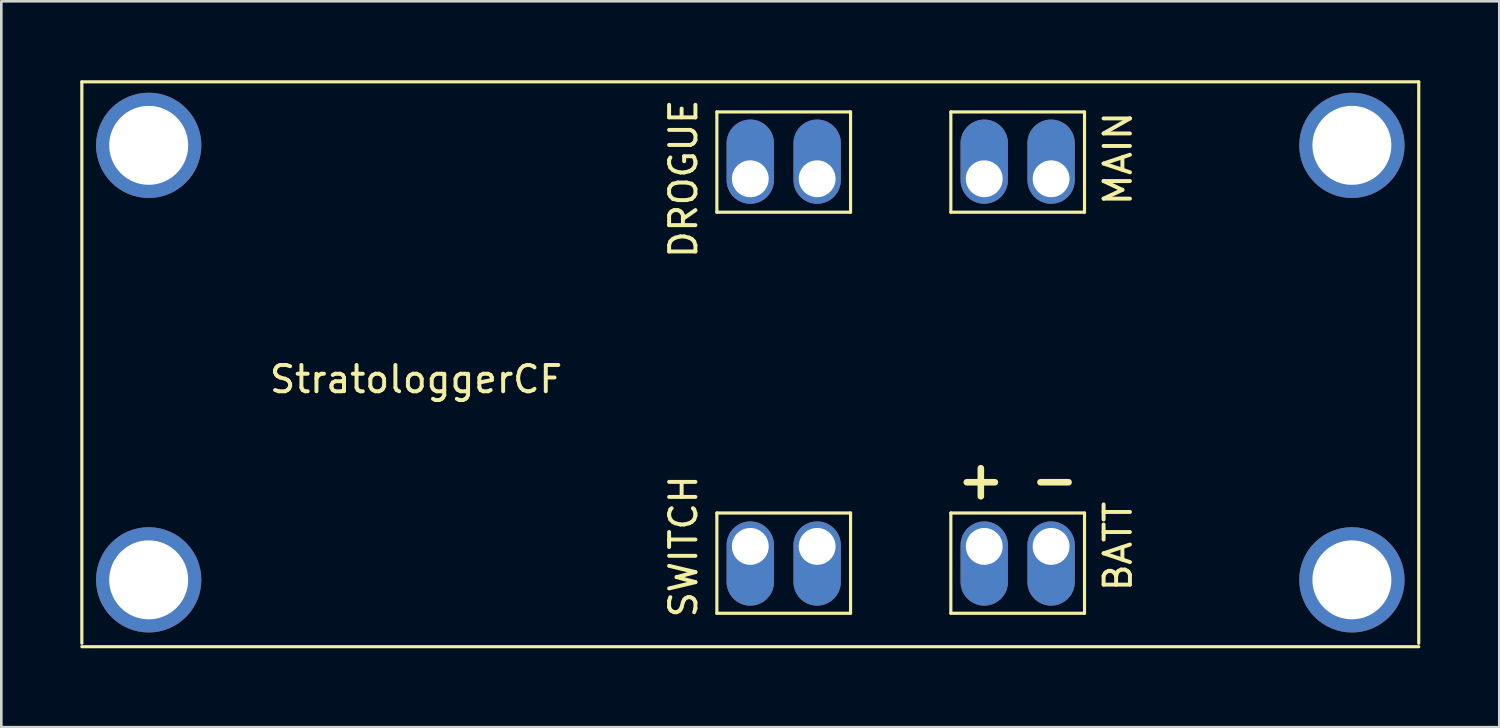
<source format=kicad_pcb>
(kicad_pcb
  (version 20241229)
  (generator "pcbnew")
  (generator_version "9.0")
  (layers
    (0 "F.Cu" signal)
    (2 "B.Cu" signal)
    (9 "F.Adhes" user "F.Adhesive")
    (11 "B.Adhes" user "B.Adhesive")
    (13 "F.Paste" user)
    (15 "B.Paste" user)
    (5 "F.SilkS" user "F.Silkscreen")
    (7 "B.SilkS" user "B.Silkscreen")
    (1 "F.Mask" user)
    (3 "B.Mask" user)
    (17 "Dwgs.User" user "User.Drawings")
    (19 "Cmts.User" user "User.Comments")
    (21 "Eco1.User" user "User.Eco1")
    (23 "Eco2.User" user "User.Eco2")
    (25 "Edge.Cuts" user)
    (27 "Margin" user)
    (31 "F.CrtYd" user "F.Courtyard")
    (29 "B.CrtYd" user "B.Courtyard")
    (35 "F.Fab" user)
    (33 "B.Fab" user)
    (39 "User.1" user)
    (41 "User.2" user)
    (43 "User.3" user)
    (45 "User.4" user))
  (footprint "StratologgerCF"
    (layer "F.Cu")
    (at 2.6 2.473)
    (property "Reference" "StratologgerCF" (at 10.16 8.89 0) (layer "F.SilkS") (effects (font (size 1 1) (thickness 0.15))))
    (attr through_hole)
    (fp_line (start -2.54 -2.413) (end -2.54 18.923) (stroke (width 0.12) (type solid)) (layer "F.SilkS"))
    (fp_line (start -2.54 -2.413) (end 48.26 -2.413) (stroke (width 0.12) (type solid)) (layer "F.SilkS"))
    (fp_line (start -2.54 19.05) (end 48.26 19.05) (stroke (width 0.12) (type solid)) (layer "F.SilkS"))
    (fp_line (start 21.59 -1.27) (end 26.67 -1.27) (stroke (width 0.12) (type solid)) (layer "F.SilkS"))
    (fp_line (start 21.59 2.54) (end 21.59 -1.27) (stroke (width 0.12) (type solid)) (layer "F.SilkS"))
    (fp_line (start 21.59 13.97) (end 26.67 13.97) (stroke (width 0.12) (type solid)) (layer "F.SilkS"))
    (fp_line (start 21.59 17.78) (end 21.59 13.97) (stroke (width 0.12) (type solid)) (layer "F.SilkS"))
    (fp_line (start 26.67 -1.27) (end 26.67 2.54) (stroke (width 0.12) (type solid)) (layer "F.SilkS"))
    (fp_line (start 26.67 2.54) (end 21.59 2.54) (stroke (width 0.12) (type solid)) (layer "F.SilkS"))
    (fp_line (start 26.67 13.97) (end 26.67 17.78) (stroke (width 0.12) (type solid)) (layer "F.SilkS"))
    (fp_line (start 26.67 17.78) (end 21.59 17.78) (stroke (width 0.12) (type solid)) (layer "F.SilkS"))
    (fp_line (start 30.48 -1.27) (end 35.56 -1.27) (stroke (width 0.12) (type solid)) (layer "F.SilkS"))
    (fp_line (start 30.48 2.54) (end 30.48 -1.27) (stroke (width 0.12) (type solid)) (layer "F.SilkS"))
    (fp_line (start 30.48 13.97) (end 35.56 13.97) (stroke (width 0.12) (type solid)) (layer "F.SilkS"))
    (fp_line (start 30.48 17.78) (end 30.48 13.97) (stroke (width 0.12) (type solid)) (layer "F.SilkS"))
    (fp_line (start 35.56 -1.27) (end 35.56 2.54) (stroke (width 0.12) (type solid)) (layer "F.SilkS"))
    (fp_line (start 35.56 2.54) (end 30.48 2.54) (stroke (width 0.12) (type solid)) (layer "F.SilkS"))
    (fp_line (start 35.56 13.97) (end 35.56 17.78) (stroke (width 0.12) (type solid)) (layer "F.SilkS"))
    (fp_line (start 35.56 17.78) (end 30.48 17.78) (stroke (width 0.12) (type solid)) (layer "F.SilkS"))
    (fp_line (start 48.26 -2.413) (end 48.26 18.923) (stroke (width 0.12) (type solid)) (layer "F.SilkS"))
    (fp_text user "DROGUE" (at 20.32 1.27 90) (layer "F.SilkS") (effects (font (size 1 1) (thickness 0.15))))
    (fp_text user "MAIN" (at 36.83 0.5 90) (layer "F.SilkS") (effects (font (size 1 1) (thickness 0.15))))
    (fp_text user "BATT" (at 36.83 15.24 90) (layer "F.SilkS") (effects (font (size 1 1) (thickness 0.15))))
    (fp_text user "SWITCH" (at 20.32 15.24 90) (layer "F.SilkS") (effects (font (size 1 1) (thickness 0.15))))
    (fp_text user "+ -" (at 33.02 12.7 0) (layer "F.SilkS") (effects (font (size 1.4 1.4) (thickness 0.25))))
    (pad "" np_thru_hole circle (at 0 0) (size 4 4) (drill 3) (layers "*.Cu" "*.Mask"))
    (pad "" np_thru_hole circle (at 0 16.51) (size 4 4) (drill 3) (layers "*.Cu" "*.Mask"))
    (pad "" np_thru_hole circle (at 45.72 0) (size 4 4) (drill 3) (layers "*.Cu" "*.Mask"))
    (pad "" np_thru_hole circle (at 45.72 16.51) (size 4 4) (drill 3) (layers "*.Cu" "*.Mask"))
    (pad "BATT" thru_hole oval (at 31.75 15.24) (size 1.8 3.2) (drill 1.4 (offset 0 0.65)) (layers "F.Cu" "F.Mask"))
    (pad "DROGUE1" thru_hole oval (at 22.86 1.27 180) (size 1.8 3.2) (drill 1.4 (offset 0 0.65)) (layers "F.Cu" "F.Mask"))
    (pad "DROGUE2" thru_hole oval (at 25.4 1.27 180) (size 1.8 3.2) (drill 1.4 (offset 0 0.65)) (layers "F.Cu" "F.Mask"))
    (pad "GND" thru_hole oval (at 34.29 15.24) (size 1.8 3.2) (drill 1.4 (offset 0 0.65)) (layers "F.Cu" "F.Mask"))
    (pad "MAIN1" thru_hole oval (at 31.75 1.27 180) (size 1.8 3.2) (drill 1.4 (offset 0 0.65)) (layers "F.Cu" "F.Mask"))
    (pad "MAIN2" thru_hole oval (at 34.29 1.27 180) (size 1.8 3.2) (drill 1.4 (offset 0 0.65)) (layers "F.Cu" "F.Mask"))
    (pad "SWITCH1" thru_hole oval (at 22.86 15.24) (size 1.8 3.2) (drill 1.4 (offset 0 0.65)) (layers "F.Cu" "F.Mask"))
    (pad "SWITCH2" thru_hole oval (at 25.4 15.24) (size 1.8 3.2) (drill 1.4 (offset 0 0.65)) (layers "F.Cu" "F.Mask")))
  (gr_rect
    (start -3 -3)
    (end 53.92 24.583)
    (stroke (width 0.1) (type default))
    (fill no)
    (layer "Edge.Cuts")))
</source>
